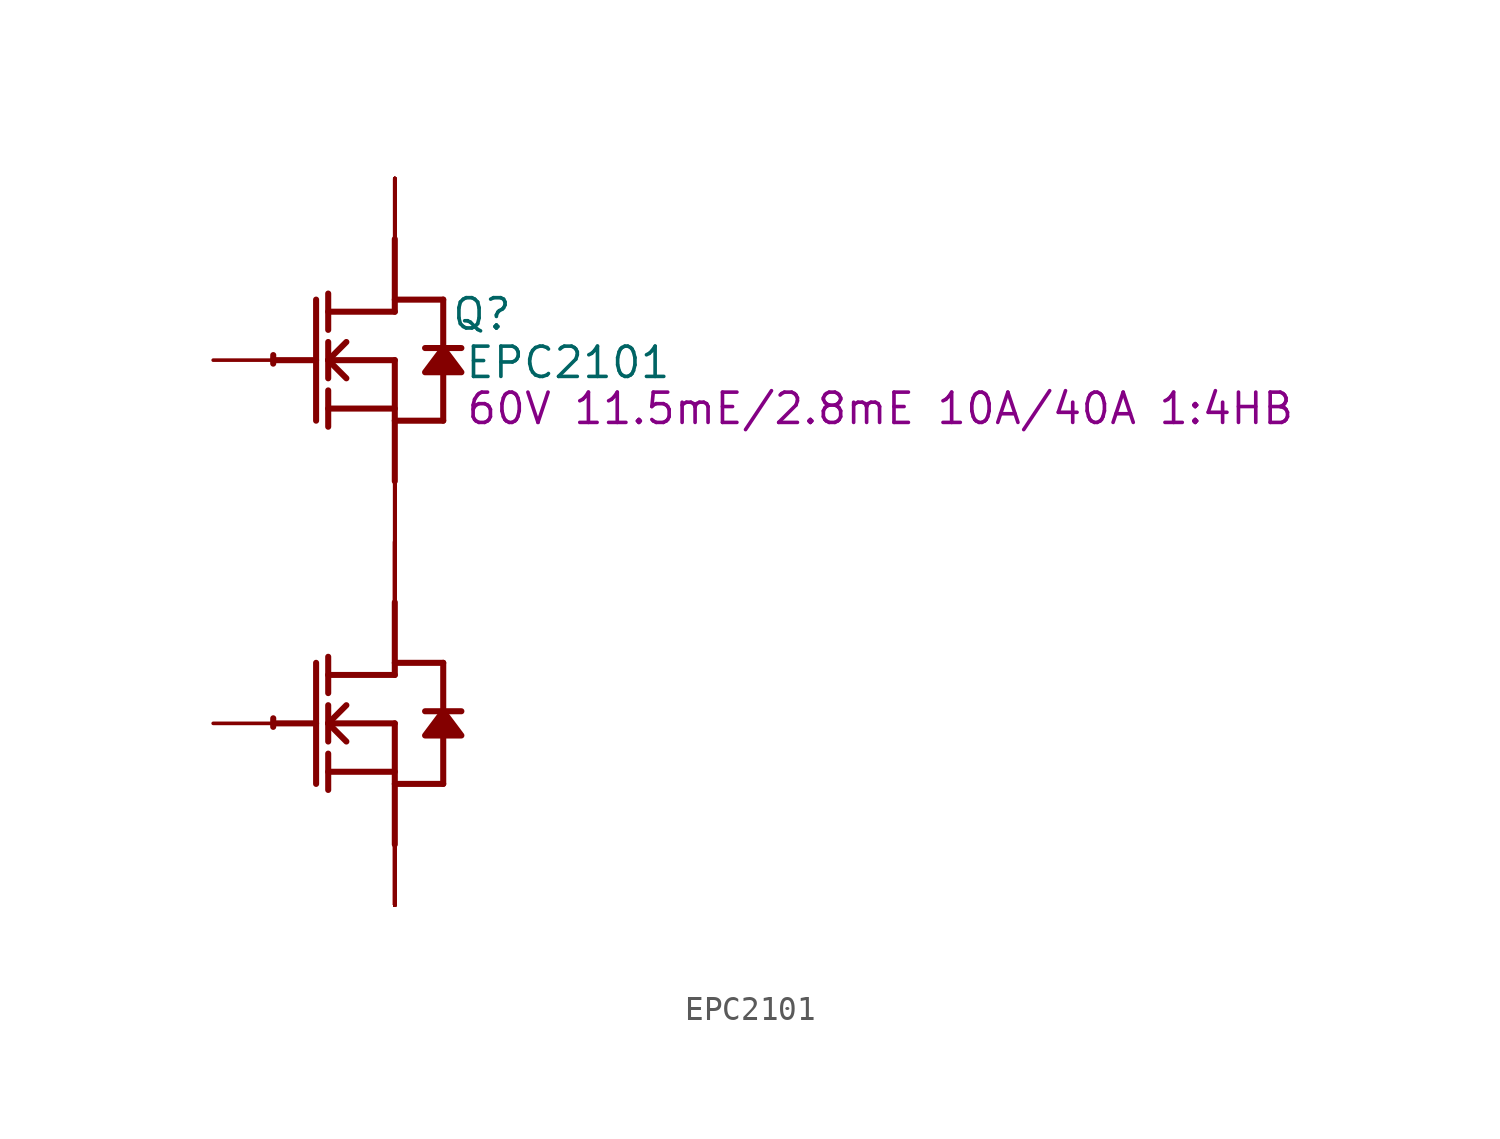
<source format=kicad_sym>
(kicad_symbol_lib
  (version 20231120)
  (generator "kicad_symbol_editor")
  (generator_version "8.0")
  (symbol "EPC2101"
    (property "Reference" "Q"
      (at 3.658 1.93 0)
      (effects (font (size 1.27 1.27))))
    (property "Value" "EPC2101"
      (at 7.264 -0.102 0)
      (effects (font (size 1.27 1.27))))
    (property "Description" "60V 11.5mE/2.8mE 10A/40A 1:4HB"
      (at 20.371 -2.032 0)
      (effects (font (size 1.27 1.27))))
    (symbol "EPC2101_1_0"
      (arc (start -5.0996 -15.0272) (mid -5.1039 -15.2069) (end -5.1019 -15.3867) (stroke (width 0.254) (type solid)) (fill (type none)))
      (arc (start -5.0996 0.2128) (mid -5.1039 0.0331) (end -5.1019 -0.1467) (stroke (width 0.254) (type solid)) (fill (type none)))
      (polyline (pts (xy -5.08 -15.24) (xy -3.302 -15.24)) (stroke (width 0.254) (type solid)) (fill (type none)))
      (polyline (pts (xy -5.08 0) (xy -3.302 0)) (stroke (width 0.254) (type solid)) (fill (type none)))
      (polyline (pts (xy -3.302 -12.7) (xy -3.302 -17.78)) (stroke (width 0.254) (type solid)) (fill (type none)))
      (polyline (pts (xy -3.302 2.54) (xy -3.302 -2.54)) (stroke (width 0.254) (type solid)) (fill (type none)))
      (polyline (pts (xy -2.794 -18.034) (xy -2.794 -16.51)) (stroke (width 0.254) (type solid)) (fill (type none)))
      (polyline (pts (xy -2.794 -17.272) (xy 0 -17.272)) (stroke (width 0.254) (type solid)) (fill (type none)))
      (polyline (pts (xy -2.794 -16.002) (xy -2.794 -14.478)) (stroke (width 0.254) (type solid)) (fill (type none)))
      (polyline (pts (xy -2.794 -15.24) (xy -2.032 -14.478)) (stroke (width 0.254) (type solid)) (fill (type none)))
      (polyline (pts (xy -2.794 -15.24) (xy 0 -15.24)) (stroke (width 0.254) (type solid)) (fill (type none)))
      (polyline (pts (xy -2.794 -13.97) (xy -2.794 -12.446)) (stroke (width 0.254) (type solid)) (fill (type none)))
      (polyline (pts (xy -2.794 -2.794) (xy -2.794 -1.27)) (stroke (width 0.254) (type solid)) (fill (type none)))
      (polyline (pts (xy -2.794 -2.032) (xy 0 -2.032)) (stroke (width 0.254) (type solid)) (fill (type none)))
      (polyline (pts (xy -2.794 -0.762) (xy -2.794 0.762)) (stroke (width 0.254) (type solid)) (fill (type none)))
      (polyline (pts (xy -2.794 0) (xy -2.032 0.762)) (stroke (width 0.254) (type solid)) (fill (type none)))
      (polyline (pts (xy -2.794 0) (xy 0 0)) (stroke (width 0.254) (type solid)) (fill (type none)))
      (polyline (pts (xy -2.794 1.27) (xy -2.794 2.794)) (stroke (width 0.254) (type solid)) (fill (type none)))
      (polyline (pts (xy -2.032 -16.002) (xy -2.794 -15.24)) (stroke (width 0.254) (type solid)) (fill (type none)))
      (polyline (pts (xy -2.032 -0.762) (xy -2.794 0)) (stroke (width 0.254) (type solid)) (fill (type none)))
      (polyline (pts (xy 0 -17.78) (xy 2.032 -17.78)) (stroke (width 0.254) (type solid)) (fill (type none)))
      (polyline (pts (xy 0 -15.24) (xy 0 -20.32)) (stroke (width 0.254) (type solid)) (fill (type none)))
      (polyline (pts (xy 0 -13.208) (xy -2.794 -13.208)) (stroke (width 0.254) (type solid)) (fill (type none)))
      (polyline (pts (xy 0 -13.208) (xy 0 -10.16)) (stroke (width 0.254) (type solid)) (fill (type none)))
      (polyline (pts (xy 0 -12.7) (xy 2.032 -12.7)) (stroke (width 0.254) (type solid)) (fill (type none)))
      (polyline (pts (xy 0 -2.54) (xy 2.032 -2.54)) (stroke (width 0.254) (type solid)) (fill (type none)))
      (polyline (pts (xy 0 0) (xy 0 -5.08)) (stroke (width 0.254) (type solid)) (fill (type none)))
      (polyline (pts (xy 0 2.032) (xy -2.794 2.032)) (stroke (width 0.254) (type solid)) (fill (type none)))
      (polyline (pts (xy 0 2.032) (xy 0 5.08)) (stroke (width 0.254) (type solid)) (fill (type none)))
      (polyline (pts (xy 0 2.54) (xy 2.032 2.54)) (stroke (width 0.254) (type solid)) (fill (type none)))
      (polyline (pts (xy 2.032 -15.748) (xy 2.032 -17.78)) (stroke (width 0.254) (type solid)) (fill (type none)))
      (polyline (pts (xy 2.032 -12.7) (xy 2.032 -14.732)) (stroke (width 0.254) (type solid)) (fill (type none)))
      (polyline (pts (xy 2.032 -0.508) (xy 2.032 -2.54)) (stroke (width 0.254) (type solid)) (fill (type none)))
      (polyline (pts (xy 2.032 2.54) (xy 2.032 0.508)) (stroke (width 0.254) (type solid)) (fill (type none)))
      (polyline (pts (xy 2.794 -14.732) (xy 1.27 -14.732)) (stroke (width 0.254) (type solid)) (fill (type none)))
      (polyline (pts (xy 2.794 0.508) (xy 1.27 0.508)) (stroke (width 0.254) (type solid)) (fill (type none)))
      (polyline (pts (xy 2.032 -14.732) (xy 1.27 -15.748) (xy 2.794 -15.748) (xy 2.032 -14.732)) (stroke (width 0.254) (type solid)) (fill (type outline)))
      (polyline (pts (xy 2.032 0.508) (xy 1.27 -0.508) (xy 2.794 -0.508) (xy 2.032 0.508)) (stroke (width 0.254) (type solid)) (fill (type outline)))
      (pin open_collector line (at 0 7.62 270) (length 2.54) (name "D1" (effects (font (size 0 0)))) (number "1" (effects (font (size 0 0)))))
      (pin open_collector line (at 0 -7.62 270) (length 2.54) (name "D2" (effects (font (size 0 0)))) (number "10" (effects (font (size 0 0)))))
      (pin open_collector line (at 0 7.62 270) (length 2.54) (name "D1" (effects (font (size 0 0)))) (number "11" (effects (font (size 0 0)))))
      (pin open_emitter line (at 0 -22.86 90) (length 2.54) (name "S2" (effects (font (size 0 0)))) (number "12" (effects (font (size 0 0)))))
      (pin open_emitter line (at 0 -22.86 90) (length 2.54) (name "S2" (effects (font (size 0 0)))) (number "13" (effects (font (size 0 0)))))
      (pin open_emitter line (at 0 -22.86 90) (length 2.54) (name "S2" (effects (font (size 0 0)))) (number "14" (effects (font (size 0 0)))))
      (pin open_emitter line (at 0 -22.86 90) (length 2.54) (name "S2" (effects (font (size 0 0)))) (number "15" (effects (font (size 0 0)))))
      (pin open_emitter line (at 0 -7.62 90) (length 2.54) (name "S1" (effects (font (size 0 0)))) (number "16" (effects (font (size 0 0)))))
      (pin open_collector line (at 0 -7.62 270) (length 2.54) (name "D2" (effects (font (size 0 0)))) (number "17" (effects (font (size 0 0)))))
      (pin open_collector line (at 0 -7.62 270) (length 2.54) (name "D2" (effects (font (size 0 0)))) (number "18" (effects (font (size 0 0)))))
      (pin open_collector line (at 0 -7.62 270) (length 2.54) (name "D2" (effects (font (size 0 0)))) (number "19" (effects (font (size 0 0)))))
      (pin passive line (at -7.62 0 0) (length 2.54) (name "G1" (effects (font (size 0 0)))) (number "2" (effects (font (size 0 0)))))
      (pin open_collector line (at 0 -7.62 270) (length 2.54) (name "D2" (effects (font (size 0 0)))) (number "20" (effects (font (size 0 0)))))
      (pin open_collector line (at 0 7.62 270) (length 2.54) (name "D1" (effects (font (size 0 0)))) (number "21" (effects (font (size 0 0)))))
      (pin open_emitter line (at 0 -22.86 90) (length 2.54) (name "S2" (effects (font (size 0 0)))) (number "22" (effects (font (size 0 0)))))
      (pin open_emitter line (at 0 -22.86 90) (length 2.54) (name "S2" (effects (font (size 0 0)))) (number "23" (effects (font (size 0 0)))))
      (pin open_emitter line (at 0 -22.86 90) (length 2.54) (name "S2" (effects (font (size 0 0)))) (number "24" (effects (font (size 0 0)))))
      (pin open_emitter line (at 0 -22.86 90) (length 2.54) (name "S2" (effects (font (size 0 0)))) (number "25" (effects (font (size 0 0)))))
      (pin open_emitter line (at 0 -7.62 90) (length 2.54) (name "S1" (effects (font (size 0 0)))) (number "26" (effects (font (size 0 0)))))
      (pin open_collector line (at 0 -7.62 270) (length 2.54) (name "D2" (effects (font (size 0 0)))) (number "27" (effects (font (size 0 0)))))
      (pin open_collector line (at 0 -7.62 270) (length 2.54) (name "D2" (effects (font (size 0 0)))) (number "28" (effects (font (size 0 0)))))
      (pin open_collector line (at 0 -7.62 270) (length 2.54) (name "D2" (effects (font (size 0 0)))) (number "29" (effects (font (size 0 0)))))
      (pin passive line (at 0 -7.62 90) (length 2.54) (name "SG1" (effects (font (size 0 0)))) (number "3" (effects (font (size 0 0)))))
      (pin open_collector line (at 0 -7.62 270) (length 2.54) (name "D2" (effects (font (size 0 0)))) (number "30" (effects (font (size 0 0)))))
      (pin open_collector line (at 0 7.62 270) (length 2.54) (name "D1" (effects (font (size 0 0)))) (number "31" (effects (font (size 0 0)))))
      (pin open_emitter line (at 0 -22.86 90) (length 2.54) (name "S2" (effects (font (size 0 0)))) (number "32" (effects (font (size 0 0)))))
      (pin open_emitter line (at 0 -22.86 90) (length 2.54) (name "S2" (effects (font (size 0 0)))) (number "33" (effects (font (size 0 0)))))
      (pin open_emitter line (at 0 -22.86 90) (length 2.54) (name "S2" (effects (font (size 0 0)))) (number "34" (effects (font (size 0 0)))))
      (pin open_emitter line (at 0 -22.86 90) (length 2.54) (name "S2" (effects (font (size 0 0)))) (number "35" (effects (font (size 0 0)))))
      (pin open_emitter line (at 0 -7.62 90) (length 2.54) (name "S1" (effects (font (size 0 0)))) (number "36" (effects (font (size 0 0)))))
      (pin open_collector line (at 0 -7.62 270) (length 2.54) (name "D2" (effects (font (size 0 0)))) (number "37" (effects (font (size 0 0)))))
      (pin open_collector line (at 0 -7.62 270) (length 2.54) (name "D2" (effects (font (size 0 0)))) (number "38" (effects (font (size 0 0)))))
      (pin open_collector line (at 0 -7.62 270) (length 2.54) (name "D2" (effects (font (size 0 0)))) (number "39" (effects (font (size 0 0)))))
      (pin passive line (at -7.62 -15.24 0) (length 2.54) (name "G2" (effects (font (size 0 0)))) (number "4" (effects (font (size 0 0)))))
      (pin open_collector line (at 0 -7.62 270) (length 2.54) (name "D2" (effects (font (size 0 0)))) (number "40" (effects (font (size 0 0)))))
      (pin open_collector line (at 0 7.62 270) (length 2.54) (name "D1" (effects (font (size 0 0)))) (number "41" (effects (font (size 0 0)))))
      (pin open_emitter line (at 0 -22.86 90) (length 2.54) (name "S2" (effects (font (size 0 0)))) (number "42" (effects (font (size 0 0)))))
      (pin open_emitter line (at 0 -22.86 90) (length 2.54) (name "S2" (effects (font (size 0 0)))) (number "43" (effects (font (size 0 0)))))
      (pin open_emitter line (at 0 -22.86 90) (length 2.54) (name "S2" (effects (font (size 0 0)))) (number "44" (effects (font (size 0 0)))))
      (pin open_emitter line (at 0 -22.86 90) (length 2.54) (name "S2" (effects (font (size 0 0)))) (number "45" (effects (font (size 0 0)))))
      (pin open_emitter line (at 0 -7.62 90) (length 2.54) (name "S1" (effects (font (size 0 0)))) (number "46" (effects (font (size 0 0)))))
      (pin open_collector line (at 0 -7.62 270) (length 2.54) (name "D2" (effects (font (size 0 0)))) (number "47" (effects (font (size 0 0)))))
      (pin open_collector line (at 0 -7.62 270) (length 2.54) (name "D2" (effects (font (size 0 0)))) (number "48" (effects (font (size 0 0)))))
      (pin open_collector line (at 0 -7.62 270) (length 2.54) (name "D2" (effects (font (size 0 0)))) (number "49" (effects (font (size 0 0)))))
      (pin open_emitter line (at 0 -22.86 90) (length 2.54) (name "S2" (effects (font (size 0 0)))) (number "5" (effects (font (size 0 0)))))
      (pin open_collector line (at 0 -7.62 270) (length 2.54) (name "D2" (effects (font (size 0 0)))) (number "50" (effects (font (size 0 0)))))
      (pin open_collector line (at 0 7.62 270) (length 2.54) (name "D1" (effects (font (size 0 0)))) (number "51" (effects (font (size 0 0)))))
      (pin open_emitter line (at 0 -22.86 90) (length 2.54) (name "S2" (effects (font (size 0 0)))) (number "52" (effects (font (size 0 0)))))
      (pin open_emitter line (at 0 -22.86 90) (length 2.54) (name "S2" (effects (font (size 0 0)))) (number "53" (effects (font (size 0 0)))))
      (pin open_emitter line (at 0 -22.86 90) (length 2.54) (name "S2" (effects (font (size 0 0)))) (number "54" (effects (font (size 0 0)))))
      (pin open_emitter line (at 0 -22.86 90) (length 2.54) (name "S2" (effects (font (size 0 0)))) (number "55" (effects (font (size 0 0)))))
      (pin open_emitter line (at 0 -7.62 90) (length 2.54) (name "S1" (effects (font (size 0 0)))) (number "56" (effects (font (size 0 0)))))
      (pin open_collector line (at 0 -7.62 270) (length 2.54) (name "D2" (effects (font (size 0 0)))) (number "57" (effects (font (size 0 0)))))
      (pin open_collector line (at 0 -7.62 270) (length 2.54) (name "D2" (effects (font (size 0 0)))) (number "58" (effects (font (size 0 0)))))
      (pin open_collector line (at 0 -7.62 270) (length 2.54) (name "D2" (effects (font (size 0 0)))) (number "59" (effects (font (size 0 0)))))
      (pin open_emitter line (at 0 -7.62 90) (length 2.54) (name "S1" (effects (font (size 0 0)))) (number "6" (effects (font (size 0 0)))))
      (pin open_collector line (at 0 -7.62 270) (length 2.54) (name "D2" (effects (font (size 0 0)))) (number "60" (effects (font (size 0 0)))))
      (pin open_collector line (at 0 7.62 270) (length 2.54) (name "D1" (effects (font (size 0 0)))) (number "61" (effects (font (size 0 0)))))
      (pin open_emitter line (at 0 -22.86 90) (length 2.54) (name "S2" (effects (font (size 0 0)))) (number "62" (effects (font (size 0 0)))))
      (pin open_emitter line (at 0 -22.86 90) (length 2.54) (name "S2" (effects (font (size 0 0)))) (number "63" (effects (font (size 0 0)))))
      (pin open_emitter line (at 0 -22.86 90) (length 2.54) (name "S2" (effects (font (size 0 0)))) (number "64" (effects (font (size 0 0)))))
      (pin open_emitter line (at 0 -22.86 90) (length 2.54) (name "S2" (effects (font (size 0 0)))) (number "65" (effects (font (size 0 0)))))
      (pin open_emitter line (at 0 -7.62 90) (length 2.54) (name "S1" (effects (font (size 0 0)))) (number "66" (effects (font (size 0 0)))))
      (pin open_collector line (at 0 -7.62 270) (length 2.54) (name "D2" (effects (font (size 0 0)))) (number "67" (effects (font (size 0 0)))))
      (pin open_collector line (at 0 -7.62 270) (length 2.54) (name "D2" (effects (font (size 0 0)))) (number "68" (effects (font (size 0 0)))))
      (pin open_collector line (at 0 -7.62 270) (length 2.54) (name "D2" (effects (font (size 0 0)))) (number "69" (effects (font (size 0 0)))))
      (pin open_collector line (at 0 -7.62 270) (length 2.54) (name "D2" (effects (font (size 0 0)))) (number "7" (effects (font (size 0 0)))))
      (pin open_collector line (at 0 -7.62 270) (length 2.54) (name "D2" (effects (font (size 0 0)))) (number "70" (effects (font (size 0 0)))))
      (pin open_collector line (at 0 7.62 270) (length 2.54) (name "D1" (effects (font (size 0 0)))) (number "71" (effects (font (size 0 0)))))
      (pin open_emitter line (at 0 -22.86 90) (length 2.54) (name "S2" (effects (font (size 0 0)))) (number "72" (effects (font (size 0 0)))))
      (pin open_emitter line (at 0 -22.86 90) (length 2.54) (name "S2" (effects (font (size 0 0)))) (number "73" (effects (font (size 0 0)))))
      (pin open_emitter line (at 0 -22.86 90) (length 2.54) (name "S2" (effects (font (size 0 0)))) (number "74" (effects (font (size 0 0)))))
      (pin open_emitter line (at 0 -22.86 90) (length 2.54) (name "S2" (effects (font (size 0 0)))) (number "75" (effects (font (size 0 0)))))
      (pin open_collector line (at 0 -7.62 270) (length 2.54) (name "D2" (effects (font (size 0 0)))) (number "8" (effects (font (size 0 0)))))
      (pin open_collector line (at 0 -7.62 270) (length 2.54) (name "D2" (effects (font (size 0 0)))) (number "9" (effects (font (size 0 0))))))))
</source>
